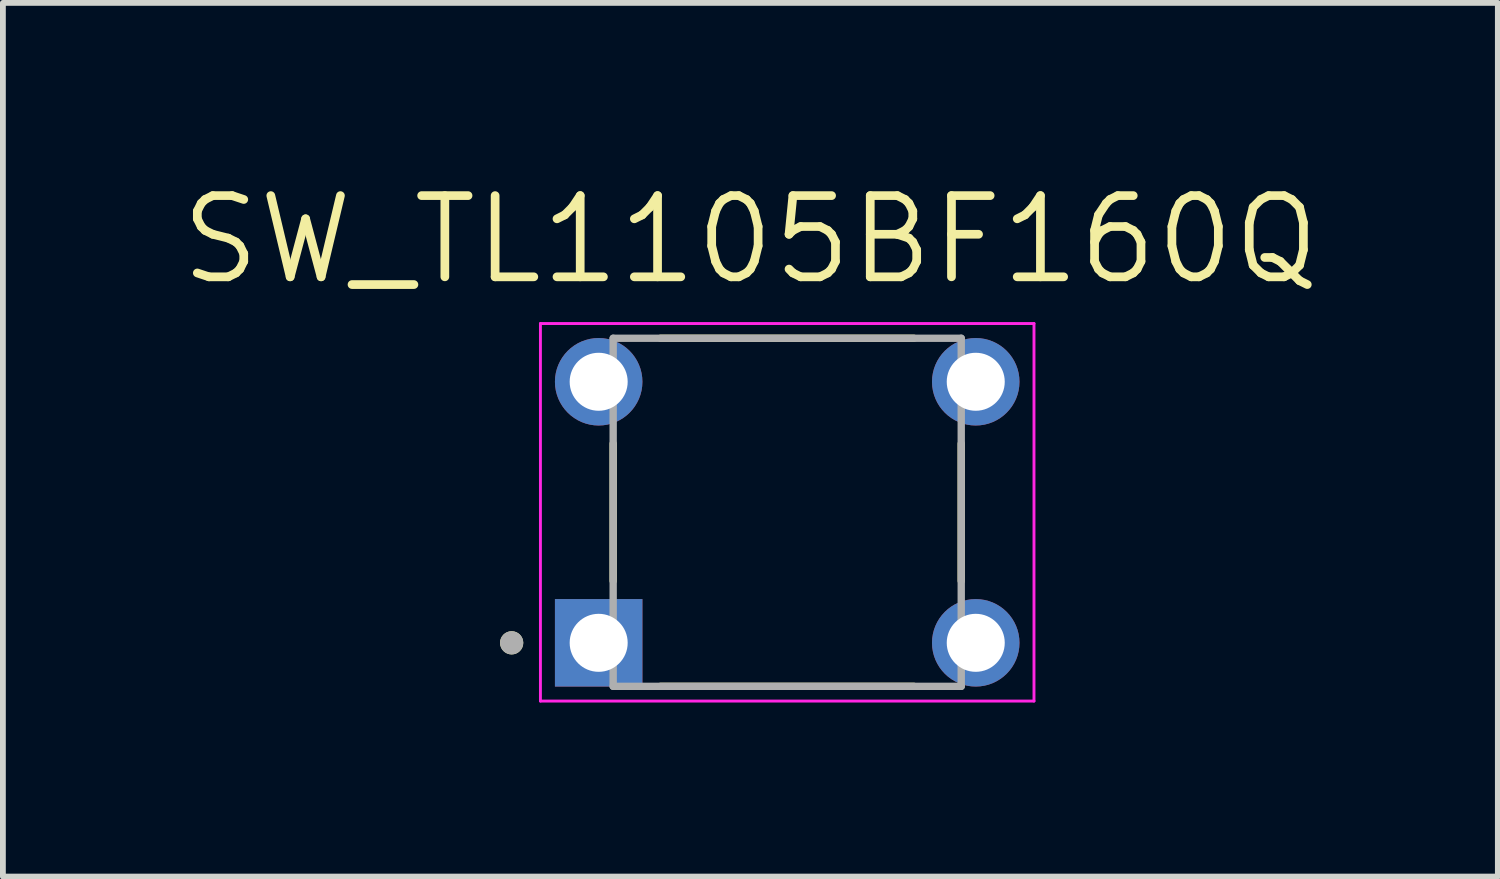
<source format=kicad_pcb>
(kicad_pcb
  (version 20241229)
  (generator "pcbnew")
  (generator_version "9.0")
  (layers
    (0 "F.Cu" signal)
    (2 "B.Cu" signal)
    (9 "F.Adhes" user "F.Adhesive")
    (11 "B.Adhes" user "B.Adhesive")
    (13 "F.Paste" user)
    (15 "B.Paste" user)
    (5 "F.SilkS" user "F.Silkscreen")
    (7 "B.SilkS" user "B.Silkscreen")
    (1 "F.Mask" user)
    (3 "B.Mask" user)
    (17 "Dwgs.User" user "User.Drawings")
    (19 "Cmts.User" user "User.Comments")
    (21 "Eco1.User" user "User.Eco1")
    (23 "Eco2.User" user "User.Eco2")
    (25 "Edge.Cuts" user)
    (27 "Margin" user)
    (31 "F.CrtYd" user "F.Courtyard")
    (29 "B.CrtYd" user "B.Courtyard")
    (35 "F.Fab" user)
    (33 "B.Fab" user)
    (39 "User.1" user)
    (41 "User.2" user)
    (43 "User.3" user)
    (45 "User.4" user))
  (footprint "SW_TL1105BF160Q"
    (layer "F.Cu")
    (at 10.52 5.781)
    (property "Reference" "SW_TL1105BF160Q" (at -0.635 -4.699 0) (layer "F.SilkS") (effects (font (size 1.4 1.4) (thickness 0.15))))
    (attr through_hole)
    (fp_line (start -3 -1.183) (end -3 1.183) (stroke (width 0.127) (type solid)) (layer "F.SilkS"))
    (fp_line (start -2.183 -3) (end 2.183 -3) (stroke (width 0.127) (type solid)) (layer "F.SilkS"))
    (fp_line (start -2.183 3) (end 2.183 3) (stroke (width 0.127) (type solid)) (layer "F.SilkS"))
    (fp_line (start 3 -1.183) (end 3 1.183) (stroke (width 0.127) (type solid)) (layer "F.SilkS"))
    (fp_circle (center -4.75 2.25) (end -4.65 2.25) (stroke (width 0.2) (type solid)) (fill no) (layer "F.SilkS"))
    (fp_line (start -4.254 -3.254) (end -4.254 3.254) (stroke (width 0.05) (type solid)) (layer "F.CrtYd"))
    (fp_line (start -4.254 3.254) (end 4.254 3.254) (stroke (width 0.05) (type solid)) (layer "F.CrtYd"))
    (fp_line (start 4.254 -3.254) (end -4.254 -3.254) (stroke (width 0.05) (type solid)) (layer "F.CrtYd"))
    (fp_line (start 4.254 3.254) (end 4.254 -3.254) (stroke (width 0.05) (type solid)) (layer "F.CrtYd"))
    (fp_line (start -3 -3) (end 3 -3) (stroke (width 0.127) (type solid)) (layer "F.Fab"))
    (fp_line (start -3 3) (end -3 -3) (stroke (width 0.127) (type solid)) (layer "F.Fab"))
    (fp_line (start 3 -3) (end 3 3) (stroke (width 0.127) (type solid)) (layer "F.Fab"))
    (fp_line (start 3 3) (end -3 3) (stroke (width 0.127) (type solid)) (layer "F.Fab"))
    (fp_circle (center -4.75 2.25) (end -4.65 2.25) (stroke (width 0.2) (type solid)) (fill no) (layer "F.Fab"))
    (pad "1" thru_hole rect (at -3.25 2.25) (size 1.508 1.508) (drill 1) (layers "*.Cu" "*.Mask"))
    (pad "2" thru_hole circle (at 3.25 2.25) (size 1.508 1.508) (drill 1) (layers "*.Cu" "*.Mask"))
    (pad "3" thru_hole circle (at -3.25 -2.25) (size 1.508 1.508) (drill 1) (layers "*.Cu" "*.Mask"))
    (pad "4" thru_hole circle (at 3.25 -2.25) (size 1.508 1.508) (drill 1) (layers "*.Cu" "*.Mask")))
  (gr_rect
    (start -3 -3)
    (end 22.77 12.06)
    (stroke (width 0.1) (type default))
    (fill no)
    (layer "Edge.Cuts")))
</source>
